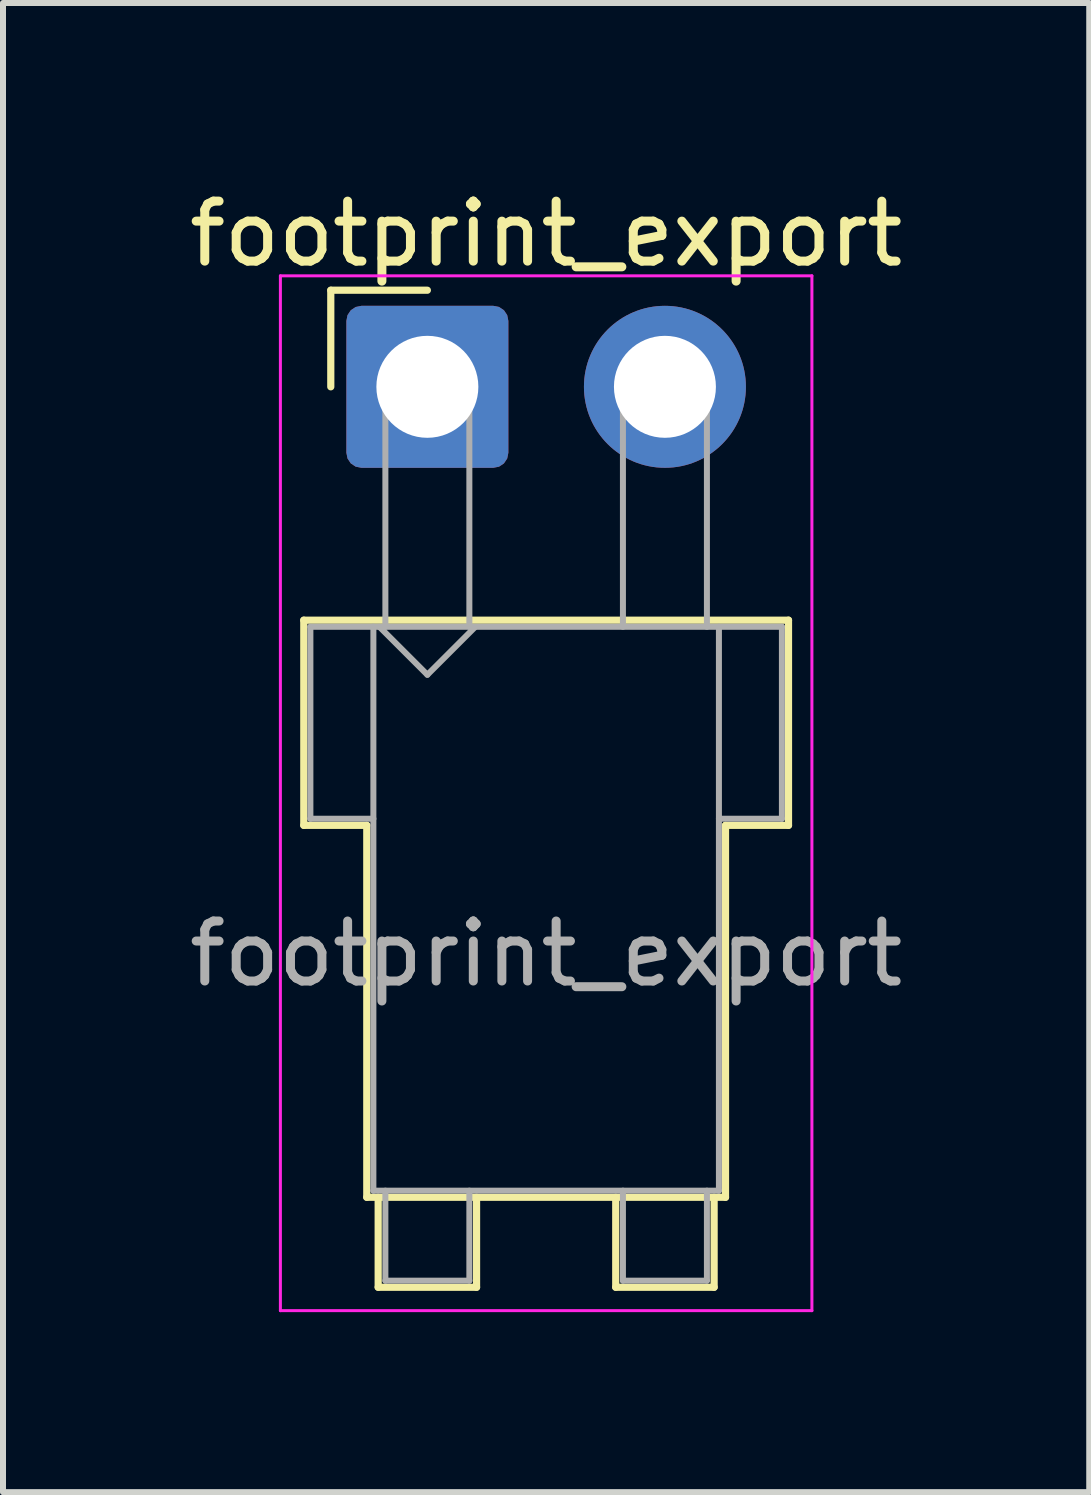
<source format=kicad_pcb>
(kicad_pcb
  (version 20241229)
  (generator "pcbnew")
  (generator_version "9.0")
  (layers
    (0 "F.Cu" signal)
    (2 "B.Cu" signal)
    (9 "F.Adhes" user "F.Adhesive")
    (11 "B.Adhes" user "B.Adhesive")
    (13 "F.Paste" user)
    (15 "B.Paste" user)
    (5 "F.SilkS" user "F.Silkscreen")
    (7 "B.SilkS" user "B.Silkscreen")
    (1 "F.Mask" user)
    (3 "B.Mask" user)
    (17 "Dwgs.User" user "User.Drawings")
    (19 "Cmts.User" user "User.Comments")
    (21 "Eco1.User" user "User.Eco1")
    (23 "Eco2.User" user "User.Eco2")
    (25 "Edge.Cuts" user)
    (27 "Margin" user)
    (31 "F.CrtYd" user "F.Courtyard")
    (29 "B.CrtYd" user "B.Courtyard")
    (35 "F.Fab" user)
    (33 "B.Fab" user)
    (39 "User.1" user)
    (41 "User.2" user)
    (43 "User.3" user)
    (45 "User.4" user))
  (footprint "footprint_export"
    (layer "F.Cu")
    (at 4.074 3.398)
    (property "Reference" "footprint_export" (at 1.98 -2.55 0) (layer "F.SilkS") (effects (font (size 1 1) (thickness 0.15))))
    (attr through_hole)
    (fp_line (start -2.06 3.89) (end 6.02 3.89) (stroke (width 0.12) (type solid)) (layer "F.SilkS"))
    (fp_line (start -2.06 7.31) (end -2.06 3.89) (stroke (width 0.12) (type solid)) (layer "F.SilkS"))
    (fp_line (start -1.61 -1.61) (end -1.61 0) (stroke (width 0.12) (type solid)) (layer "F.SilkS"))
    (fp_line (start -1.01 7.31) (end -2.06 7.31) (stroke (width 0.12) (type solid)) (layer "F.SilkS"))
    (fp_line (start -1.01 13.51) (end -1.01 7.31) (stroke (width 0.12) (type solid)) (layer "F.SilkS"))
    (fp_line (start -0.82 13.51) (end -0.82 15.01) (stroke (width 0.12) (type solid)) (layer "F.SilkS"))
    (fp_line (start -0.82 15.01) (end 0.82 15.01) (stroke (width 0.12) (type solid)) (layer "F.SilkS"))
    (fp_line (start 0 -1.61) (end -1.61 -1.61) (stroke (width 0.12) (type solid)) (layer "F.SilkS"))
    (fp_line (start 0.82 15.01) (end 0.82 13.51) (stroke (width 0.12) (type solid)) (layer "F.SilkS"))
    (fp_line (start 3.14 13.51) (end 3.14 15.01) (stroke (width 0.12) (type solid)) (layer "F.SilkS"))
    (fp_line (start 3.14 15.01) (end 4.78 15.01) (stroke (width 0.12) (type solid)) (layer "F.SilkS"))
    (fp_line (start 4.78 15.01) (end 4.78 13.51) (stroke (width 0.12) (type solid)) (layer "F.SilkS"))
    (fp_line (start 4.97 7.31) (end 4.97 13.51) (stroke (width 0.12) (type solid)) (layer "F.SilkS"))
    (fp_line (start 4.97 13.51) (end -1.01 13.51) (stroke (width 0.12) (type solid)) (layer "F.SilkS"))
    (fp_line (start 6.02 3.89) (end 6.02 7.31) (stroke (width 0.12) (type solid)) (layer "F.SilkS"))
    (fp_line (start 6.02 7.31) (end 4.97 7.31) (stroke (width 0.12) (type solid)) (layer "F.SilkS"))
    (fp_line (start -2.45 -1.85) (end -2.45 15.4) (stroke (width 0.05) (type solid)) (layer "F.CrtYd"))
    (fp_line (start -2.45 15.4) (end 6.41 15.4) (stroke (width 0.05) (type solid)) (layer "F.CrtYd"))
    (fp_line (start 6.41 -1.85) (end -2.45 -1.85) (stroke (width 0.05) (type solid)) (layer "F.CrtYd"))
    (fp_line (start 6.41 15.4) (end 6.41 -1.85) (stroke (width 0.05) (type solid)) (layer "F.CrtYd"))
    (fp_line (start -1.95 4) (end -0.9 4) (stroke (width 0.1) (type solid)) (layer "F.Fab"))
    (fp_line (start -1.95 7.2) (end -1.95 4) (stroke (width 0.1) (type solid)) (layer "F.Fab"))
    (fp_line (start -0.9 4) (end -0.9 13.4) (stroke (width 0.1) (type solid)) (layer "F.Fab"))
    (fp_line (start -0.9 7.2) (end -1.95 7.2) (stroke (width 0.1) (type solid)) (layer "F.Fab"))
    (fp_line (start -0.9 13.4) (end 4.86 13.4) (stroke (width 0.1) (type solid)) (layer "F.Fab"))
    (fp_line (start -0.8 4) (end 0 4.8) (stroke (width 0.1) (type solid)) (layer "F.Fab"))
    (fp_line (start -0.7 0) (end 0.7 0) (stroke (width 0.1) (type solid)) (layer "F.Fab"))
    (fp_line (start -0.7 4) (end -0.7 0) (stroke (width 0.1) (type solid)) (layer "F.Fab"))
    (fp_line (start -0.7 13.4) (end -0.7 14.9) (stroke (width 0.1) (type solid)) (layer "F.Fab"))
    (fp_line (start -0.7 14.9) (end 0.7 14.9) (stroke (width 0.1) (type solid)) (layer "F.Fab"))
    (fp_line (start 0 4.8) (end 0.8 4) (stroke (width 0.1) (type solid)) (layer "F.Fab"))
    (fp_line (start 0.7 0) (end 0.7 4) (stroke (width 0.1) (type solid)) (layer "F.Fab"))
    (fp_line (start 0.7 14.9) (end 0.7 13.4) (stroke (width 0.1) (type solid)) (layer "F.Fab"))
    (fp_line (start 3.26 0) (end 4.66 0) (stroke (width 0.1) (type solid)) (layer "F.Fab"))
    (fp_line (start 3.26 4) (end 3.26 0) (stroke (width 0.1) (type solid)) (layer "F.Fab"))
    (fp_line (start 3.26 13.4) (end 3.26 14.9) (stroke (width 0.1) (type solid)) (layer "F.Fab"))
    (fp_line (start 3.26 14.9) (end 4.66 14.9) (stroke (width 0.1) (type solid)) (layer "F.Fab"))
    (fp_line (start 4.66 0) (end 4.66 4) (stroke (width 0.1) (type solid)) (layer "F.Fab"))
    (fp_line (start 4.66 14.9) (end 4.66 13.4) (stroke (width 0.1) (type solid)) (layer "F.Fab"))
    (fp_line (start 4.86 4) (end -0.9 4) (stroke (width 0.1) (type solid)) (layer "F.Fab"))
    (fp_line (start 4.86 4) (end 5.91 4) (stroke (width 0.1) (type solid)) (layer "F.Fab"))
    (fp_line (start 4.86 13.4) (end 4.86 4) (stroke (width 0.1) (type solid)) (layer "F.Fab"))
    (fp_line (start 5.91 4) (end 5.91 7.2) (stroke (width 0.1) (type solid)) (layer "F.Fab"))
    (fp_line (start 5.91 7.2) (end 4.86 7.2) (stroke (width 0.1) (type solid)) (layer "F.Fab"))
    (fp_text user "${REFERENCE}" (at 1.98 9.45 0) (layer "F.Fab") (effects (font (size 1 1) (thickness 0.15))))
    (pad "1" thru_hole roundrect (at 0 0) (size 2.7 2.7) (drill 1.7) (layers "*.Cu" "*.Mask") (roundrect_rratio 0.093))
    (pad "2" thru_hole circle (at 3.96 0) (size 2.7 2.7) (drill 1.7) (layers "*.Cu" "*.Mask")))
  (gr_rect
    (start -3 -3)
    (end 15.107 21.823)
    (stroke (width 0.1) (type default))
    (fill no)
    (layer "Edge.Cuts")))
</source>
